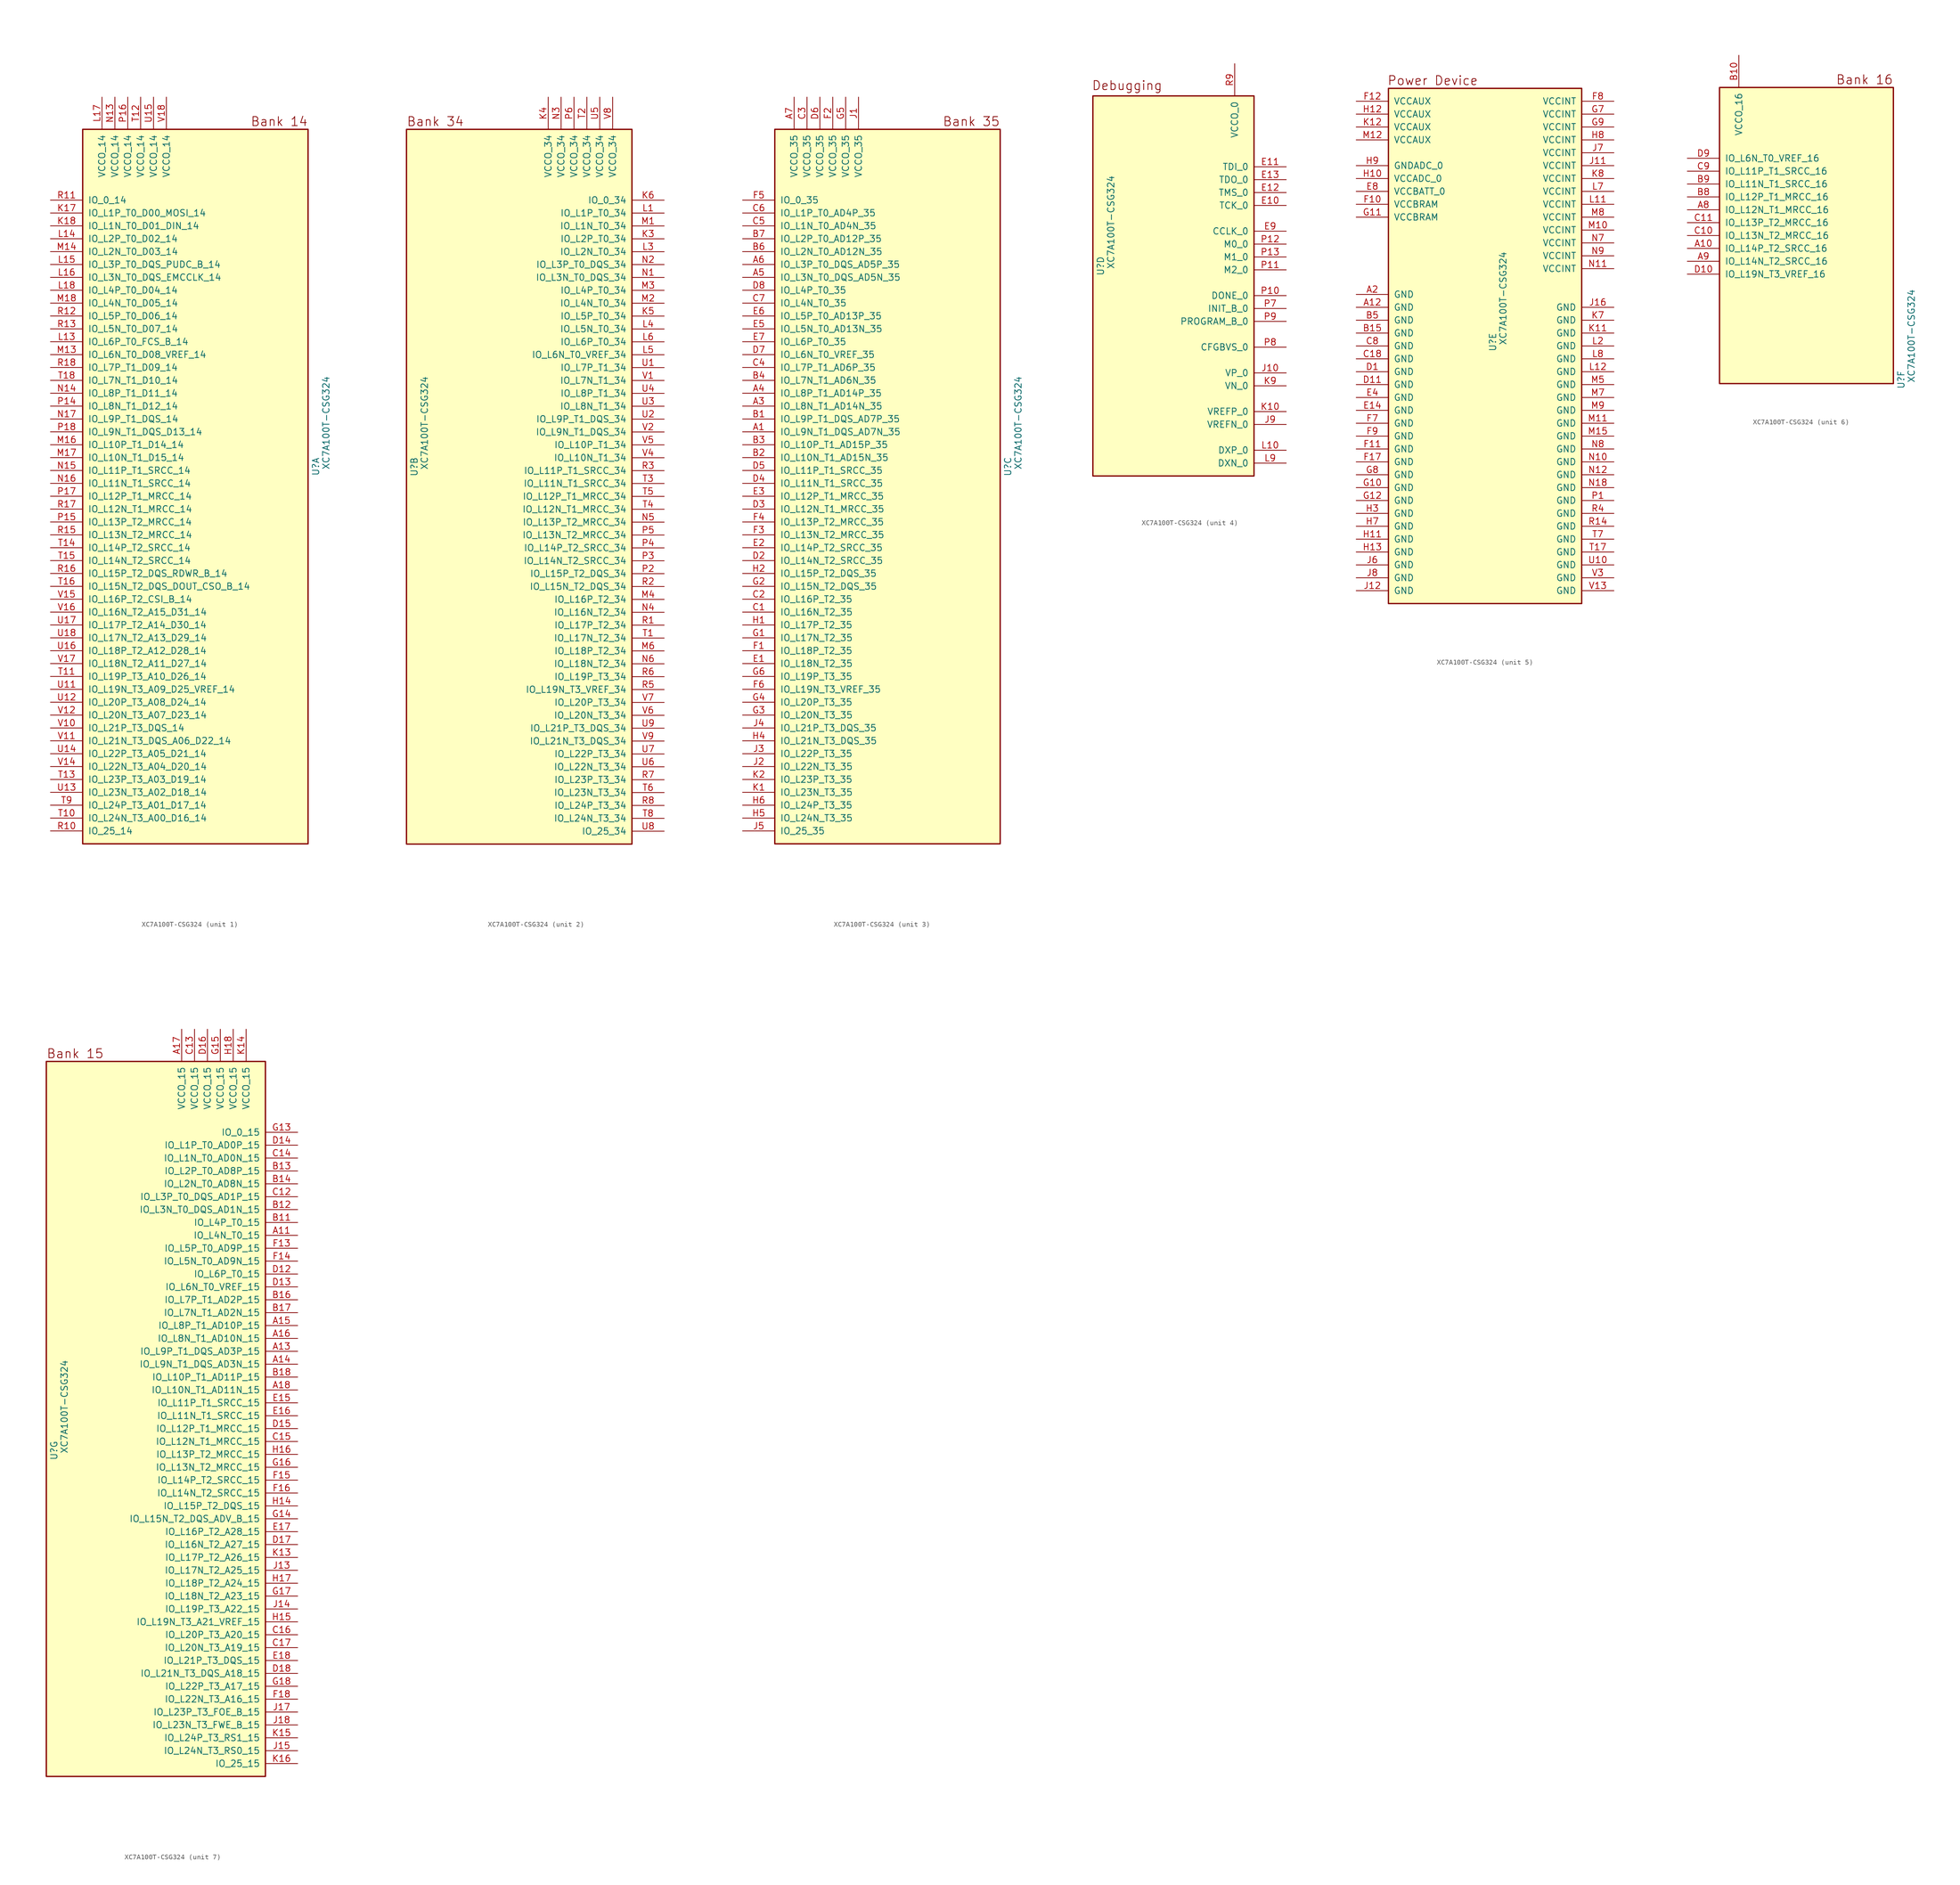
<source format=kicad_sym>
(kicad_symbol_lib
  (version 20231120)
  (generator "kicad_symbol_editor")
  (generator_version "8.0")
  (symbol "XC7A100T-CSG324"
    (pin_names
      (offset 1.016))
    (property "Reference" "U"
      (at 1.524 0.762 90)
      (effects (font (size 1.27 1.27))))
    (property "Value" "XC7A100T-CSG324"
      (at 3.556 9.398 90)
      (effects (font (size 1.27 1.27))))
    (symbol "XC7A100T-CSG324_1_1"
      (rectangle (start -44.45 67.31) (end 0 -73.66) (stroke (width 0.254) (type default)) (fill (type background)))
      (text "Bank 14" (at 0 67.818 0) (effects (font (size 1.778 1.778)) (justify right bottom)))
      (pin bidirectional line (at -50.8 50.8 0) (length 6.35) (name "IO_L1P_T0_D00_MOSI_14" (effects (font (size 1.27 1.27)))) (number "K17" (effects (font (size 1.27 1.27)))))
      (pin bidirectional line (at -50.8 48.26 0) (length 6.35) (name "IO_L1N_T0_D01_DIN_14" (effects (font (size 1.27 1.27)))) (number "K18" (effects (font (size 1.27 1.27)))))
      (pin bidirectional line (at -50.8 25.4 0) (length 6.35) (name "IO_L6P_T0_FCS_B_14" (effects (font (size 1.27 1.27)))) (number "L13" (effects (font (size 1.27 1.27)))))
      (pin bidirectional line (at -50.8 45.72 0) (length 6.35) (name "IO_L2P_T0_D02_14" (effects (font (size 1.27 1.27)))) (number "L14" (effects (font (size 1.27 1.27)))))
      (pin bidirectional line (at -50.8 40.64 0) (length 6.35) (name "IO_L3P_T0_DQS_PUDC_B_14" (effects (font (size 1.27 1.27)))) (number "L15" (effects (font (size 1.27 1.27)))))
      (pin bidirectional line (at -50.8 38.1 0) (length 6.35) (name "IO_L3N_T0_DQS_EMCCLK_14" (effects (font (size 1.27 1.27)))) (number "L16" (effects (font (size 1.27 1.27)))))
      (pin power_in line (at -40.64 73.66 270) (length 6.35) (name "VCCO_14" (effects (font (size 1.27 1.27)))) (number "L17" (effects (font (size 1.27 1.27)))))
      (pin bidirectional line (at -50.8 35.56 0) (length 6.35) (name "IO_L4P_T0_D04_14" (effects (font (size 1.27 1.27)))) (number "L18" (effects (font (size 1.27 1.27)))))
      (pin bidirectional line (at -50.8 22.86 0) (length 6.35) (name "IO_L6N_T0_D08_VREF_14" (effects (font (size 1.27 1.27)))) (number "M13" (effects (font (size 1.27 1.27)))))
      (pin bidirectional line (at -50.8 43.18 0) (length 6.35) (name "IO_L2N_T0_D03_14" (effects (font (size 1.27 1.27)))) (number "M14" (effects (font (size 1.27 1.27)))))
      (pin bidirectional line (at -50.8 5.08 0) (length 6.35) (name "IO_L10P_T1_D14_14" (effects (font (size 1.27 1.27)))) (number "M16" (effects (font (size 1.27 1.27)))))
      (pin bidirectional line (at -50.8 2.54 0) (length 6.35) (name "IO_L10N_T1_D15_14" (effects (font (size 1.27 1.27)))) (number "M17" (effects (font (size 1.27 1.27)))))
      (pin bidirectional line (at -50.8 33.02 0) (length 6.35) (name "IO_L4N_T0_D05_14" (effects (font (size 1.27 1.27)))) (number "M18" (effects (font (size 1.27 1.27)))))
      (pin power_in line (at -38.1 73.66 270) (length 6.35) (name "VCCO_14" (effects (font (size 1.27 1.27)))) (number "N13" (effects (font (size 1.27 1.27)))))
      (pin bidirectional line (at -50.8 15.24 0) (length 6.35) (name "IO_L8P_T1_D11_14" (effects (font (size 1.27 1.27)))) (number "N14" (effects (font (size 1.27 1.27)))))
      (pin bidirectional line (at -50.8 0 0) (length 6.35) (name "IO_L11P_T1_SRCC_14" (effects (font (size 1.27 1.27)))) (number "N15" (effects (font (size 1.27 1.27)))))
      (pin bidirectional line (at -50.8 -2.54 0) (length 6.35) (name "IO_L11N_T1_SRCC_14" (effects (font (size 1.27 1.27)))) (number "N16" (effects (font (size 1.27 1.27)))))
      (pin bidirectional line (at -50.8 10.16 0) (length 6.35) (name "IO_L9P_T1_DQS_14" (effects (font (size 1.27 1.27)))) (number "N17" (effects (font (size 1.27 1.27)))))
      (pin bidirectional line (at -50.8 12.7 0) (length 6.35) (name "IO_L8N_T1_D12_14" (effects (font (size 1.27 1.27)))) (number "P14" (effects (font (size 1.27 1.27)))))
      (pin bidirectional line (at -50.8 -10.16 0) (length 6.35) (name "IO_L13P_T2_MRCC_14" (effects (font (size 1.27 1.27)))) (number "P15" (effects (font (size 1.27 1.27)))))
      (pin power_in line (at -35.56 73.66 270) (length 6.35) (name "VCCO_14" (effects (font (size 1.27 1.27)))) (number "P16" (effects (font (size 1.27 1.27)))))
      (pin bidirectional line (at -50.8 -5.08 0) (length 6.35) (name "IO_L12P_T1_MRCC_14" (effects (font (size 1.27 1.27)))) (number "P17" (effects (font (size 1.27 1.27)))))
      (pin bidirectional line (at -50.8 7.62 0) (length 6.35) (name "IO_L9N_T1_DQS_D13_14" (effects (font (size 1.27 1.27)))) (number "P18" (effects (font (size 1.27 1.27)))))
      (pin bidirectional line (at -50.8 -71.12 0) (length 6.35) (name "IO_25_14" (effects (font (size 1.27 1.27)))) (number "R10" (effects (font (size 1.27 1.27)))))
      (pin bidirectional line (at -50.8 53.34 0) (length 6.35) (name "IO_0_14" (effects (font (size 1.27 1.27)))) (number "R11" (effects (font (size 1.27 1.27)))))
      (pin bidirectional line (at -50.8 30.48 0) (length 6.35) (name "IO_L5P_T0_D06_14" (effects (font (size 1.27 1.27)))) (number "R12" (effects (font (size 1.27 1.27)))))
      (pin bidirectional line (at -50.8 27.94 0) (length 6.35) (name "IO_L5N_T0_D07_14" (effects (font (size 1.27 1.27)))) (number "R13" (effects (font (size 1.27 1.27)))))
      (pin bidirectional line (at -50.8 -12.7 0) (length 6.35) (name "IO_L13N_T2_MRCC_14" (effects (font (size 1.27 1.27)))) (number "R15" (effects (font (size 1.27 1.27)))))
      (pin bidirectional line (at -50.8 -20.32 0) (length 6.35) (name "IO_L15P_T2_DQS_RDWR_B_14" (effects (font (size 1.27 1.27)))) (number "R16" (effects (font (size 1.27 1.27)))))
      (pin bidirectional line (at -50.8 -7.62 0) (length 6.35) (name "IO_L12N_T1_MRCC_14" (effects (font (size 1.27 1.27)))) (number "R17" (effects (font (size 1.27 1.27)))))
      (pin bidirectional line (at -50.8 20.32 0) (length 6.35) (name "IO_L7P_T1_D09_14" (effects (font (size 1.27 1.27)))) (number "R18" (effects (font (size 1.27 1.27)))))
      (pin bidirectional line (at -50.8 -68.58 0) (length 6.35) (name "IO_L24N_T3_A00_D16_14" (effects (font (size 1.27 1.27)))) (number "T10" (effects (font (size 1.27 1.27)))))
      (pin bidirectional line (at -50.8 -40.64 0) (length 6.35) (name "IO_L19P_T3_A10_D26_14" (effects (font (size 1.27 1.27)))) (number "T11" (effects (font (size 1.27 1.27)))))
      (pin power_in line (at -33.02 73.66 270) (length 6.35) (name "VCCO_14" (effects (font (size 1.27 1.27)))) (number "T12" (effects (font (size 1.27 1.27)))))
      (pin bidirectional line (at -50.8 -60.96 0) (length 6.35) (name "IO_L23P_T3_A03_D19_14" (effects (font (size 1.27 1.27)))) (number "T13" (effects (font (size 1.27 1.27)))))
      (pin bidirectional line (at -50.8 -15.24 0) (length 6.35) (name "IO_L14P_T2_SRCC_14" (effects (font (size 1.27 1.27)))) (number "T14" (effects (font (size 1.27 1.27)))))
      (pin bidirectional line (at -50.8 -17.78 0) (length 6.35) (name "IO_L14N_T2_SRCC_14" (effects (font (size 1.27 1.27)))) (number "T15" (effects (font (size 1.27 1.27)))))
      (pin bidirectional line (at -50.8 -22.86 0) (length 6.35) (name "IO_L15N_T2_DQS_DOUT_CSO_B_14" (effects (font (size 1.27 1.27)))) (number "T16" (effects (font (size 1.27 1.27)))))
      (pin bidirectional line (at -50.8 17.78 0) (length 6.35) (name "IO_L7N_T1_D10_14" (effects (font (size 1.27 1.27)))) (number "T18" (effects (font (size 1.27 1.27)))))
      (pin bidirectional line (at -50.8 -66.04 0) (length 6.35) (name "IO_L24P_T3_A01_D17_14" (effects (font (size 1.27 1.27)))) (number "T9" (effects (font (size 1.27 1.27)))))
      (pin bidirectional line (at -50.8 -43.18 0) (length 6.35) (name "IO_L19N_T3_A09_D25_VREF_14" (effects (font (size 1.27 1.27)))) (number "U11" (effects (font (size 1.27 1.27)))))
      (pin bidirectional line (at -50.8 -45.72 0) (length 6.35) (name "IO_L20P_T3_A08_D24_14" (effects (font (size 1.27 1.27)))) (number "U12" (effects (font (size 1.27 1.27)))))
      (pin bidirectional line (at -50.8 -63.5 0) (length 6.35) (name "IO_L23N_T3_A02_D18_14" (effects (font (size 1.27 1.27)))) (number "U13" (effects (font (size 1.27 1.27)))))
      (pin bidirectional line (at -50.8 -55.88 0) (length 6.35) (name "IO_L22P_T3_A05_D21_14" (effects (font (size 1.27 1.27)))) (number "U14" (effects (font (size 1.27 1.27)))))
      (pin power_in line (at -30.48 73.66 270) (length 6.35) (name "VCCO_14" (effects (font (size 1.27 1.27)))) (number "U15" (effects (font (size 1.27 1.27)))))
      (pin bidirectional line (at -50.8 -35.56 0) (length 6.35) (name "IO_L18P_T2_A12_D28_14" (effects (font (size 1.27 1.27)))) (number "U16" (effects (font (size 1.27 1.27)))))
      (pin bidirectional line (at -50.8 -30.48 0) (length 6.35) (name "IO_L17P_T2_A14_D30_14" (effects (font (size 1.27 1.27)))) (number "U17" (effects (font (size 1.27 1.27)))))
      (pin bidirectional line (at -50.8 -33.02 0) (length 6.35) (name "IO_L17N_T2_A13_D29_14" (effects (font (size 1.27 1.27)))) (number "U18" (effects (font (size 1.27 1.27)))))
      (pin bidirectional line (at -50.8 -50.8 0) (length 6.35) (name "IO_L21P_T3_DQS_14" (effects (font (size 1.27 1.27)))) (number "V10" (effects (font (size 1.27 1.27)))))
      (pin bidirectional line (at -50.8 -53.34 0) (length 6.35) (name "IO_L21N_T3_DQS_A06_D22_14" (effects (font (size 1.27 1.27)))) (number "V11" (effects (font (size 1.27 1.27)))))
      (pin bidirectional line (at -50.8 -48.26 0) (length 6.35) (name "IO_L20N_T3_A07_D23_14" (effects (font (size 1.27 1.27)))) (number "V12" (effects (font (size 1.27 1.27)))))
      (pin bidirectional line (at -50.8 -58.42 0) (length 6.35) (name "IO_L22N_T3_A04_D20_14" (effects (font (size 1.27 1.27)))) (number "V14" (effects (font (size 1.27 1.27)))))
      (pin bidirectional line (at -50.8 -25.4 0) (length 6.35) (name "IO_L16P_T2_CSI_B_14" (effects (font (size 1.27 1.27)))) (number "V15" (effects (font (size 1.27 1.27)))))
      (pin bidirectional line (at -50.8 -27.94 0) (length 6.35) (name "IO_L16N_T2_A15_D31_14" (effects (font (size 1.27 1.27)))) (number "V16" (effects (font (size 1.27 1.27)))))
      (pin bidirectional line (at -50.8 -38.1 0) (length 6.35) (name "IO_L18N_T2_A11_D27_14" (effects (font (size 1.27 1.27)))) (number "V17" (effects (font (size 1.27 1.27)))))
      (pin power_in line (at -27.94 73.66 270) (length 6.35) (name "VCCO_14" (effects (font (size 1.27 1.27)))) (number "V18" (effects (font (size 1.27 1.27))))))
    (symbol "XC7A100T-CSG324_2_1"
      (rectangle (start 0 67.31) (end 44.45 -73.66) (stroke (width 0.254) (type default)) (fill (type background)))
      (text "Bank 34" (at 0 67.818 0) (effects (font (size 1.778 1.778)) (justify left bottom)))
      (pin bidirectional line (at 50.8 45.72 180) (length 6.35) (name "IO_L2P_T0_34" (effects (font (size 1.27 1.27)))) (number "K3" (effects (font (size 1.27 1.27)))))
      (pin power_in line (at 27.94 73.66 270) (length 6.35) (name "VCCO_34" (effects (font (size 1.27 1.27)))) (number "K4" (effects (font (size 1.27 1.27)))))
      (pin bidirectional line (at 50.8 30.48 180) (length 6.35) (name "IO_L5P_T0_34" (effects (font (size 1.27 1.27)))) (number "K5" (effects (font (size 1.27 1.27)))))
      (pin bidirectional line (at 50.8 53.34 180) (length 6.35) (name "IO_0_34" (effects (font (size 1.27 1.27)))) (number "K6" (effects (font (size 1.27 1.27)))))
      (pin bidirectional line (at 50.8 50.8 180) (length 6.35) (name "IO_L1P_T0_34" (effects (font (size 1.27 1.27)))) (number "L1" (effects (font (size 1.27 1.27)))))
      (pin bidirectional line (at 50.8 43.18 180) (length 6.35) (name "IO_L2N_T0_34" (effects (font (size 1.27 1.27)))) (number "L3" (effects (font (size 1.27 1.27)))))
      (pin bidirectional line (at 50.8 27.94 180) (length 6.35) (name "IO_L5N_T0_34" (effects (font (size 1.27 1.27)))) (number "L4" (effects (font (size 1.27 1.27)))))
      (pin bidirectional line (at 50.8 22.86 180) (length 6.35) (name "IO_L6N_T0_VREF_34" (effects (font (size 1.27 1.27)))) (number "L5" (effects (font (size 1.27 1.27)))))
      (pin bidirectional line (at 50.8 25.4 180) (length 6.35) (name "IO_L6P_T0_34" (effects (font (size 1.27 1.27)))) (number "L6" (effects (font (size 1.27 1.27)))))
      (pin bidirectional line (at 50.8 48.26 180) (length 6.35) (name "IO_L1N_T0_34" (effects (font (size 1.27 1.27)))) (number "M1" (effects (font (size 1.27 1.27)))))
      (pin bidirectional line (at 50.8 33.02 180) (length 6.35) (name "IO_L4N_T0_34" (effects (font (size 1.27 1.27)))) (number "M2" (effects (font (size 1.27 1.27)))))
      (pin bidirectional line (at 50.8 35.56 180) (length 6.35) (name "IO_L4P_T0_34" (effects (font (size 1.27 1.27)))) (number "M3" (effects (font (size 1.27 1.27)))))
      (pin bidirectional line (at 50.8 -25.4 180) (length 6.35) (name "IO_L16P_T2_34" (effects (font (size 1.27 1.27)))) (number "M4" (effects (font (size 1.27 1.27)))))
      (pin bidirectional line (at 50.8 -35.56 180) (length 6.35) (name "IO_L18P_T2_34" (effects (font (size 1.27 1.27)))) (number "M6" (effects (font (size 1.27 1.27)))))
      (pin bidirectional line (at 50.8 38.1 180) (length 6.35) (name "IO_L3N_T0_DQS_34" (effects (font (size 1.27 1.27)))) (number "N1" (effects (font (size 1.27 1.27)))))
      (pin bidirectional line (at 50.8 40.64 180) (length 6.35) (name "IO_L3P_T0_DQS_34" (effects (font (size 1.27 1.27)))) (number "N2" (effects (font (size 1.27 1.27)))))
      (pin power_in line (at 30.48 73.66 270) (length 6.35) (name "VCCO_34" (effects (font (size 1.27 1.27)))) (number "N3" (effects (font (size 1.27 1.27)))))
      (pin bidirectional line (at 50.8 -27.94 180) (length 6.35) (name "IO_L16N_T2_34" (effects (font (size 1.27 1.27)))) (number "N4" (effects (font (size 1.27 1.27)))))
      (pin bidirectional line (at 50.8 -10.16 180) (length 6.35) (name "IO_L13P_T2_MRCC_34" (effects (font (size 1.27 1.27)))) (number "N5" (effects (font (size 1.27 1.27)))))
      (pin bidirectional line (at 50.8 -38.1 180) (length 6.35) (name "IO_L18N_T2_34" (effects (font (size 1.27 1.27)))) (number "N6" (effects (font (size 1.27 1.27)))))
      (pin bidirectional line (at 50.8 -20.32 180) (length 6.35) (name "IO_L15P_T2_DQS_34" (effects (font (size 1.27 1.27)))) (number "P2" (effects (font (size 1.27 1.27)))))
      (pin bidirectional line (at 50.8 -17.78 180) (length 6.35) (name "IO_L14N_T2_SRCC_34" (effects (font (size 1.27 1.27)))) (number "P3" (effects (font (size 1.27 1.27)))))
      (pin bidirectional line (at 50.8 -15.24 180) (length 6.35) (name "IO_L14P_T2_SRCC_34" (effects (font (size 1.27 1.27)))) (number "P4" (effects (font (size 1.27 1.27)))))
      (pin bidirectional line (at 50.8 -12.7 180) (length 6.35) (name "IO_L13N_T2_MRCC_34" (effects (font (size 1.27 1.27)))) (number "P5" (effects (font (size 1.27 1.27)))))
      (pin power_in line (at 33.02 73.66 270) (length 6.35) (name "VCCO_34" (effects (font (size 1.27 1.27)))) (number "P6" (effects (font (size 1.27 1.27)))))
      (pin bidirectional line (at 50.8 -30.48 180) (length 6.35) (name "IO_L17P_T2_34" (effects (font (size 1.27 1.27)))) (number "R1" (effects (font (size 1.27 1.27)))))
      (pin bidirectional line (at 50.8 -22.86 180) (length 6.35) (name "IO_L15N_T2_DQS_34" (effects (font (size 1.27 1.27)))) (number "R2" (effects (font (size 1.27 1.27)))))
      (pin bidirectional line (at 50.8 0 180) (length 6.35) (name "IO_L11P_T1_SRCC_34" (effects (font (size 1.27 1.27)))) (number "R3" (effects (font (size 1.27 1.27)))))
      (pin bidirectional line (at 50.8 -43.18 180) (length 6.35) (name "IO_L19N_T3_VREF_34" (effects (font (size 1.27 1.27)))) (number "R5" (effects (font (size 1.27 1.27)))))
      (pin bidirectional line (at 50.8 -40.64 180) (length 6.35) (name "IO_L19P_T3_34" (effects (font (size 1.27 1.27)))) (number "R6" (effects (font (size 1.27 1.27)))))
      (pin bidirectional line (at 50.8 -60.96 180) (length 6.35) (name "IO_L23P_T3_34" (effects (font (size 1.27 1.27)))) (number "R7" (effects (font (size 1.27 1.27)))))
      (pin bidirectional line (at 50.8 -66.04 180) (length 6.35) (name "IO_L24P_T3_34" (effects (font (size 1.27 1.27)))) (number "R8" (effects (font (size 1.27 1.27)))))
      (pin bidirectional line (at 50.8 -33.02 180) (length 6.35) (name "IO_L17N_T2_34" (effects (font (size 1.27 1.27)))) (number "T1" (effects (font (size 1.27 1.27)))))
      (pin power_in line (at 35.56 73.66 270) (length 6.35) (name "VCCO_34" (effects (font (size 1.27 1.27)))) (number "T2" (effects (font (size 1.27 1.27)))))
      (pin bidirectional line (at 50.8 -2.54 180) (length 6.35) (name "IO_L11N_T1_SRCC_34" (effects (font (size 1.27 1.27)))) (number "T3" (effects (font (size 1.27 1.27)))))
      (pin bidirectional line (at 50.8 -7.62 180) (length 6.35) (name "IO_L12N_T1_MRCC_34" (effects (font (size 1.27 1.27)))) (number "T4" (effects (font (size 1.27 1.27)))))
      (pin bidirectional line (at 50.8 -5.08 180) (length 6.35) (name "IO_L12P_T1_MRCC_34" (effects (font (size 1.27 1.27)))) (number "T5" (effects (font (size 1.27 1.27)))))
      (pin bidirectional line (at 50.8 -63.5 180) (length 6.35) (name "IO_L23N_T3_34" (effects (font (size 1.27 1.27)))) (number "T6" (effects (font (size 1.27 1.27)))))
      (pin bidirectional line (at 50.8 -68.58 180) (length 6.35) (name "IO_L24N_T3_34" (effects (font (size 1.27 1.27)))) (number "T8" (effects (font (size 1.27 1.27)))))
      (pin bidirectional line (at 50.8 20.32 180) (length 6.35) (name "IO_L7P_T1_34" (effects (font (size 1.27 1.27)))) (number "U1" (effects (font (size 1.27 1.27)))))
      (pin bidirectional line (at 50.8 10.16 180) (length 6.35) (name "IO_L9P_T1_DQS_34" (effects (font (size 1.27 1.27)))) (number "U2" (effects (font (size 1.27 1.27)))))
      (pin bidirectional line (at 50.8 12.7 180) (length 6.35) (name "IO_L8N_T1_34" (effects (font (size 1.27 1.27)))) (number "U3" (effects (font (size 1.27 1.27)))))
      (pin bidirectional line (at 50.8 15.24 180) (length 6.35) (name "IO_L8P_T1_34" (effects (font (size 1.27 1.27)))) (number "U4" (effects (font (size 1.27 1.27)))))
      (pin power_in line (at 38.1 73.66 270) (length 6.35) (name "VCCO_34" (effects (font (size 1.27 1.27)))) (number "U5" (effects (font (size 1.27 1.27)))))
      (pin bidirectional line (at 50.8 -58.42 180) (length 6.35) (name "IO_L22N_T3_34" (effects (font (size 1.27 1.27)))) (number "U6" (effects (font (size 1.27 1.27)))))
      (pin bidirectional line (at 50.8 -55.88 180) (length 6.35) (name "IO_L22P_T3_34" (effects (font (size 1.27 1.27)))) (number "U7" (effects (font (size 1.27 1.27)))))
      (pin bidirectional line (at 50.8 -71.12 180) (length 6.35) (name "IO_25_34" (effects (font (size 1.27 1.27)))) (number "U8" (effects (font (size 1.27 1.27)))))
      (pin bidirectional line (at 50.8 -50.8 180) (length 6.35) (name "IO_L21P_T3_DQS_34" (effects (font (size 1.27 1.27)))) (number "U9" (effects (font (size 1.27 1.27)))))
      (pin bidirectional line (at 50.8 17.78 180) (length 6.35) (name "IO_L7N_T1_34" (effects (font (size 1.27 1.27)))) (number "V1" (effects (font (size 1.27 1.27)))))
      (pin bidirectional line (at 50.8 7.62 180) (length 6.35) (name "IO_L9N_T1_DQS_34" (effects (font (size 1.27 1.27)))) (number "V2" (effects (font (size 1.27 1.27)))))
      (pin bidirectional line (at 50.8 2.54 180) (length 6.35) (name "IO_L10N_T1_34" (effects (font (size 1.27 1.27)))) (number "V4" (effects (font (size 1.27 1.27)))))
      (pin bidirectional line (at 50.8 5.08 180) (length 6.35) (name "IO_L10P_T1_34" (effects (font (size 1.27 1.27)))) (number "V5" (effects (font (size 1.27 1.27)))))
      (pin bidirectional line (at 50.8 -48.26 180) (length 6.35) (name "IO_L20N_T3_34" (effects (font (size 1.27 1.27)))) (number "V6" (effects (font (size 1.27 1.27)))))
      (pin bidirectional line (at 50.8 -45.72 180) (length 6.35) (name "IO_L20P_T3_34" (effects (font (size 1.27 1.27)))) (number "V7" (effects (font (size 1.27 1.27)))))
      (pin power_in line (at 40.64 73.66 270) (length 6.35) (name "VCCO_34" (effects (font (size 1.27 1.27)))) (number "V8" (effects (font (size 1.27 1.27)))))
      (pin bidirectional line (at 50.8 -53.34 180) (length 6.35) (name "IO_L21N_T3_DQS_34" (effects (font (size 1.27 1.27)))) (number "V9" (effects (font (size 1.27 1.27))))))
    (symbol "XC7A100T-CSG324_3_1"
      (rectangle (start -44.45 67.31) (end 0 -73.66) (stroke (width 0.254) (type default)) (fill (type background)))
      (text "Bank 35" (at 0 67.818 0) (effects (font (size 1.778 1.778)) (justify right bottom)))
      (pin bidirectional line (at -50.8 7.62 0) (length 6.35) (name "IO_L9N_T1_DQS_AD7N_35" (effects (font (size 1.27 1.27)))) (number "A1" (effects (font (size 1.27 1.27)))))
      (pin bidirectional line (at -50.8 12.7 0) (length 6.35) (name "IO_L8N_T1_AD14N_35" (effects (font (size 1.27 1.27)))) (number "A3" (effects (font (size 1.27 1.27)))))
      (pin bidirectional line (at -50.8 15.24 0) (length 6.35) (name "IO_L8P_T1_AD14P_35" (effects (font (size 1.27 1.27)))) (number "A4" (effects (font (size 1.27 1.27)))))
      (pin bidirectional line (at -50.8 38.1 0) (length 6.35) (name "IO_L3N_T0_DQS_AD5N_35" (effects (font (size 1.27 1.27)))) (number "A5" (effects (font (size 1.27 1.27)))))
      (pin bidirectional line (at -50.8 40.64 0) (length 6.35) (name "IO_L3P_T0_DQS_AD5P_35" (effects (font (size 1.27 1.27)))) (number "A6" (effects (font (size 1.27 1.27)))))
      (pin power_in line (at -40.64 73.66 270) (length 6.35) (name "VCCO_35" (effects (font (size 1.27 1.27)))) (number "A7" (effects (font (size 1.27 1.27)))))
      (pin bidirectional line (at -50.8 10.16 0) (length 6.35) (name "IO_L9P_T1_DQS_AD7P_35" (effects (font (size 1.27 1.27)))) (number "B1" (effects (font (size 1.27 1.27)))))
      (pin bidirectional line (at -50.8 2.54 0) (length 6.35) (name "IO_L10N_T1_AD15N_35" (effects (font (size 1.27 1.27)))) (number "B2" (effects (font (size 1.27 1.27)))))
      (pin bidirectional line (at -50.8 5.08 0) (length 6.35) (name "IO_L10P_T1_AD15P_35" (effects (font (size 1.27 1.27)))) (number "B3" (effects (font (size 1.27 1.27)))))
      (pin bidirectional line (at -50.8 17.78 0) (length 6.35) (name "IO_L7N_T1_AD6N_35" (effects (font (size 1.27 1.27)))) (number "B4" (effects (font (size 1.27 1.27)))))
      (pin bidirectional line (at -50.8 43.18 0) (length 6.35) (name "IO_L2N_T0_AD12N_35" (effects (font (size 1.27 1.27)))) (number "B6" (effects (font (size 1.27 1.27)))))
      (pin bidirectional line (at -50.8 45.72 0) (length 6.35) (name "IO_L2P_T0_AD12P_35" (effects (font (size 1.27 1.27)))) (number "B7" (effects (font (size 1.27 1.27)))))
      (pin bidirectional line (at -50.8 -27.94 0) (length 6.35) (name "IO_L16N_T2_35" (effects (font (size 1.27 1.27)))) (number "C1" (effects (font (size 1.27 1.27)))))
      (pin bidirectional line (at -50.8 -25.4 0) (length 6.35) (name "IO_L16P_T2_35" (effects (font (size 1.27 1.27)))) (number "C2" (effects (font (size 1.27 1.27)))))
      (pin power_in line (at -38.1 73.66 270) (length 6.35) (name "VCCO_35" (effects (font (size 1.27 1.27)))) (number "C3" (effects (font (size 1.27 1.27)))))
      (pin bidirectional line (at -50.8 20.32 0) (length 6.35) (name "IO_L7P_T1_AD6P_35" (effects (font (size 1.27 1.27)))) (number "C4" (effects (font (size 1.27 1.27)))))
      (pin bidirectional line (at -50.8 48.26 0) (length 6.35) (name "IO_L1N_T0_AD4N_35" (effects (font (size 1.27 1.27)))) (number "C5" (effects (font (size 1.27 1.27)))))
      (pin bidirectional line (at -50.8 50.8 0) (length 6.35) (name "IO_L1P_T0_AD4P_35" (effects (font (size 1.27 1.27)))) (number "C6" (effects (font (size 1.27 1.27)))))
      (pin bidirectional line (at -50.8 33.02 0) (length 6.35) (name "IO_L4N_T0_35" (effects (font (size 1.27 1.27)))) (number "C7" (effects (font (size 1.27 1.27)))))
      (pin bidirectional line (at -50.8 -17.78 0) (length 6.35) (name "IO_L14N_T2_SRCC_35" (effects (font (size 1.27 1.27)))) (number "D2" (effects (font (size 1.27 1.27)))))
      (pin bidirectional line (at -50.8 -7.62 0) (length 6.35) (name "IO_L12N_T1_MRCC_35" (effects (font (size 1.27 1.27)))) (number "D3" (effects (font (size 1.27 1.27)))))
      (pin bidirectional line (at -50.8 -2.54 0) (length 6.35) (name "IO_L11N_T1_SRCC_35" (effects (font (size 1.27 1.27)))) (number "D4" (effects (font (size 1.27 1.27)))))
      (pin bidirectional line (at -50.8 0 0) (length 6.35) (name "IO_L11P_T1_SRCC_35" (effects (font (size 1.27 1.27)))) (number "D5" (effects (font (size 1.27 1.27)))))
      (pin power_in line (at -35.56 73.66 270) (length 6.35) (name "VCCO_35" (effects (font (size 1.27 1.27)))) (number "D6" (effects (font (size 1.27 1.27)))))
      (pin bidirectional line (at -50.8 22.86 0) (length 6.35) (name "IO_L6N_T0_VREF_35" (effects (font (size 1.27 1.27)))) (number "D7" (effects (font (size 1.27 1.27)))))
      (pin bidirectional line (at -50.8 35.56 0) (length 6.35) (name "IO_L4P_T0_35" (effects (font (size 1.27 1.27)))) (number "D8" (effects (font (size 1.27 1.27)))))
      (pin bidirectional line (at -50.8 -38.1 0) (length 6.35) (name "IO_L18N_T2_35" (effects (font (size 1.27 1.27)))) (number "E1" (effects (font (size 1.27 1.27)))))
      (pin bidirectional line (at -50.8 -15.24 0) (length 6.35) (name "IO_L14P_T2_SRCC_35" (effects (font (size 1.27 1.27)))) (number "E2" (effects (font (size 1.27 1.27)))))
      (pin bidirectional line (at -50.8 -5.08 0) (length 6.35) (name "IO_L12P_T1_MRCC_35" (effects (font (size 1.27 1.27)))) (number "E3" (effects (font (size 1.27 1.27)))))
      (pin bidirectional line (at -50.8 27.94 0) (length 6.35) (name "IO_L5N_T0_AD13N_35" (effects (font (size 1.27 1.27)))) (number "E5" (effects (font (size 1.27 1.27)))))
      (pin bidirectional line (at -50.8 30.48 0) (length 6.35) (name "IO_L5P_T0_AD13P_35" (effects (font (size 1.27 1.27)))) (number "E6" (effects (font (size 1.27 1.27)))))
      (pin bidirectional line (at -50.8 25.4 0) (length 6.35) (name "IO_L6P_T0_35" (effects (font (size 1.27 1.27)))) (number "E7" (effects (font (size 1.27 1.27)))))
      (pin bidirectional line (at -50.8 -35.56 0) (length 6.35) (name "IO_L18P_T2_35" (effects (font (size 1.27 1.27)))) (number "F1" (effects (font (size 1.27 1.27)))))
      (pin power_in line (at -33.02 73.66 270) (length 6.35) (name "VCCO_35" (effects (font (size 1.27 1.27)))) (number "F2" (effects (font (size 1.27 1.27)))))
      (pin bidirectional line (at -50.8 -12.7 0) (length 6.35) (name "IO_L13N_T2_MRCC_35" (effects (font (size 1.27 1.27)))) (number "F3" (effects (font (size 1.27 1.27)))))
      (pin bidirectional line (at -50.8 -10.16 0) (length 6.35) (name "IO_L13P_T2_MRCC_35" (effects (font (size 1.27 1.27)))) (number "F4" (effects (font (size 1.27 1.27)))))
      (pin bidirectional line (at -50.8 53.34 0) (length 6.35) (name "IO_0_35" (effects (font (size 1.27 1.27)))) (number "F5" (effects (font (size 1.27 1.27)))))
      (pin bidirectional line (at -50.8 -43.18 0) (length 6.35) (name "IO_L19N_T3_VREF_35" (effects (font (size 1.27 1.27)))) (number "F6" (effects (font (size 1.27 1.27)))))
      (pin bidirectional line (at -50.8 -33.02 0) (length 6.35) (name "IO_L17N_T2_35" (effects (font (size 1.27 1.27)))) (number "G1" (effects (font (size 1.27 1.27)))))
      (pin bidirectional line (at -50.8 -22.86 0) (length 6.35) (name "IO_L15N_T2_DQS_35" (effects (font (size 1.27 1.27)))) (number "G2" (effects (font (size 1.27 1.27)))))
      (pin bidirectional line (at -50.8 -48.26 0) (length 6.35) (name "IO_L20N_T3_35" (effects (font (size 1.27 1.27)))) (number "G3" (effects (font (size 1.27 1.27)))))
      (pin bidirectional line (at -50.8 -45.72 0) (length 6.35) (name "IO_L20P_T3_35" (effects (font (size 1.27 1.27)))) (number "G4" (effects (font (size 1.27 1.27)))))
      (pin power_in line (at -30.48 73.66 270) (length 6.35) (name "VCCO_35" (effects (font (size 1.27 1.27)))) (number "G5" (effects (font (size 1.27 1.27)))))
      (pin bidirectional line (at -50.8 -40.64 0) (length 6.35) (name "IO_L19P_T3_35" (effects (font (size 1.27 1.27)))) (number "G6" (effects (font (size 1.27 1.27)))))
      (pin bidirectional line (at -50.8 -30.48 0) (length 6.35) (name "IO_L17P_T2_35" (effects (font (size 1.27 1.27)))) (number "H1" (effects (font (size 1.27 1.27)))))
      (pin bidirectional line (at -50.8 -20.32 0) (length 6.35) (name "IO_L15P_T2_DQS_35" (effects (font (size 1.27 1.27)))) (number "H2" (effects (font (size 1.27 1.27)))))
      (pin bidirectional line (at -50.8 -53.34 0) (length 6.35) (name "IO_L21N_T3_DQS_35" (effects (font (size 1.27 1.27)))) (number "H4" (effects (font (size 1.27 1.27)))))
      (pin bidirectional line (at -50.8 -68.58 0) (length 6.35) (name "IO_L24N_T3_35" (effects (font (size 1.27 1.27)))) (number "H5" (effects (font (size 1.27 1.27)))))
      (pin bidirectional line (at -50.8 -66.04 0) (length 6.35) (name "IO_L24P_T3_35" (effects (font (size 1.27 1.27)))) (number "H6" (effects (font (size 1.27 1.27)))))
      (pin power_in line (at -27.94 73.66 270) (length 6.35) (name "VCCO_35" (effects (font (size 1.27 1.27)))) (number "J1" (effects (font (size 1.27 1.27)))))
      (pin bidirectional line (at -50.8 -58.42 0) (length 6.35) (name "IO_L22N_T3_35" (effects (font (size 1.27 1.27)))) (number "J2" (effects (font (size 1.27 1.27)))))
      (pin bidirectional line (at -50.8 -55.88 0) (length 6.35) (name "IO_L22P_T3_35" (effects (font (size 1.27 1.27)))) (number "J3" (effects (font (size 1.27 1.27)))))
      (pin bidirectional line (at -50.8 -50.8 0) (length 6.35) (name "IO_L21P_T3_DQS_35" (effects (font (size 1.27 1.27)))) (number "J4" (effects (font (size 1.27 1.27)))))
      (pin bidirectional line (at -50.8 -71.12 0) (length 6.35) (name "IO_25_35" (effects (font (size 1.27 1.27)))) (number "J5" (effects (font (size 1.27 1.27)))))
      (pin bidirectional line (at -50.8 -63.5 0) (length 6.35) (name "IO_L23N_T3_35" (effects (font (size 1.27 1.27)))) (number "K1" (effects (font (size 1.27 1.27)))))
      (pin bidirectional line (at -50.8 -60.96 0) (length 6.35) (name "IO_L23P_T3_35" (effects (font (size 1.27 1.27)))) (number "K2" (effects (font (size 1.27 1.27))))))
    (symbol "XC7A100T-CSG324_4_1"
      (rectangle (start 0 34.29) (end 31.75 -40.64) (stroke (width 0.254) (type default)) (fill (type background)))
      (text "Debugging\n" (at -0.254 35.306 0) (effects (font (size 1.778 1.778)) (justify left bottom)))
      (pin bidirectional line (at 38.1 12.7 180) (length 6.35) (name "TCK_0" (effects (font (size 1.27 1.27)))) (number "E10" (effects (font (size 1.27 1.27)))))
      (pin bidirectional line (at 38.1 20.32 180) (length 6.35) (name "TDI_0" (effects (font (size 1.27 1.27)))) (number "E11" (effects (font (size 1.27 1.27)))))
      (pin bidirectional line (at 38.1 15.24 180) (length 6.35) (name "TMS_0" (effects (font (size 1.27 1.27)))) (number "E12" (effects (font (size 1.27 1.27)))))
      (pin bidirectional line (at 38.1 17.78 180) (length 6.35) (name "TDO_0" (effects (font (size 1.27 1.27)))) (number "E13" (effects (font (size 1.27 1.27)))))
      (pin bidirectional line (at 38.1 7.62 180) (length 6.35) (name "CCLK_0" (effects (font (size 1.27 1.27)))) (number "E9" (effects (font (size 1.27 1.27)))))
      (pin bidirectional line (at 38.1 -20.32 180) (length 6.35) (name "VP_0" (effects (font (size 1.27 1.27)))) (number "J10" (effects (font (size 1.27 1.27)))))
      (pin bidirectional line (at 38.1 -30.48 180) (length 6.35) (name "VREFN_0" (effects (font (size 1.27 1.27)))) (number "J9" (effects (font (size 1.27 1.27)))))
      (pin bidirectional line (at 38.1 -27.94 180) (length 6.35) (name "VREFP_0" (effects (font (size 1.27 1.27)))) (number "K10" (effects (font (size 1.27 1.27)))))
      (pin bidirectional line (at 38.1 -22.86 180) (length 6.35) (name "VN_0" (effects (font (size 1.27 1.27)))) (number "K9" (effects (font (size 1.27 1.27)))))
      (pin bidirectional line (at 38.1 -35.56 180) (length 6.35) (name "DXP_0" (effects (font (size 1.27 1.27)))) (number "L10" (effects (font (size 1.27 1.27)))))
      (pin bidirectional line (at 38.1 -38.1 180) (length 6.35) (name "DXN_0" (effects (font (size 1.27 1.27)))) (number "L9" (effects (font (size 1.27 1.27)))))
      (pin bidirectional line (at 38.1 -5.08 180) (length 6.35) (name "DONE_0" (effects (font (size 1.27 1.27)))) (number "P10" (effects (font (size 1.27 1.27)))))
      (pin bidirectional line (at 38.1 0 180) (length 6.35) (name "M2_0" (effects (font (size 1.27 1.27)))) (number "P11" (effects (font (size 1.27 1.27)))))
      (pin bidirectional line (at 38.1 5.08 180) (length 6.35) (name "M0_0" (effects (font (size 1.27 1.27)))) (number "P12" (effects (font (size 1.27 1.27)))))
      (pin bidirectional line (at 38.1 2.54 180) (length 6.35) (name "M1_0" (effects (font (size 1.27 1.27)))) (number "P13" (effects (font (size 1.27 1.27)))))
      (pin bidirectional line (at 38.1 -7.62 180) (length 6.35) (name "INIT_B_0" (effects (font (size 1.27 1.27)))) (number "P7" (effects (font (size 1.27 1.27)))))
      (pin bidirectional line (at 38.1 -15.24 180) (length 6.35) (name "CFGBVS_0" (effects (font (size 1.27 1.27)))) (number "P8" (effects (font (size 1.27 1.27)))))
      (pin bidirectional line (at 38.1 -10.16 180) (length 6.35) (name "PROGRAM_B_0" (effects (font (size 1.27 1.27)))) (number "P9" (effects (font (size 1.27 1.27)))))
      (pin power_in line (at 27.94 40.64 270) (length 6.35) (name "VCCO_0" (effects (font (size 1.27 1.27)))) (number "R9" (effects (font (size 1.27 1.27))))))
    (symbol "XC7A100T-CSG324_5_1"
      (rectangle (start -19.05 50.8) (end 19.05 -50.8) (stroke (width 0.254) (type default)) (fill (type background)))
      (text "Power Device" (at -19.304 51.308 0) (effects (font (size 1.778 1.778)) (justify left bottom)))
      (pin power_in line (at -25.4 7.62 0) (length 6.35) (name "GND" (effects (font (size 1.27 1.27)))) (number "A12" (effects (font (size 1.27 1.27)))))
      (pin power_in line (at -25.4 10.16 0) (length 6.35) (name "GND" (effects (font (size 1.27 1.27)))) (number "A2" (effects (font (size 1.27 1.27)))))
      (pin power_in line (at -25.4 2.54 0) (length 6.35) (name "GND" (effects (font (size 1.27 1.27)))) (number "B15" (effects (font (size 1.27 1.27)))))
      (pin power_in line (at -25.4 5.08 0) (length 6.35) (name "GND" (effects (font (size 1.27 1.27)))) (number "B5" (effects (font (size 1.27 1.27)))))
      (pin power_in line (at -25.4 -2.54 0) (length 6.35) (name "GND" (effects (font (size 1.27 1.27)))) (number "C18" (effects (font (size 1.27 1.27)))))
      (pin power_in line (at -25.4 0 0) (length 6.35) (name "GND" (effects (font (size 1.27 1.27)))) (number "C8" (effects (font (size 1.27 1.27)))))
      (pin power_in line (at -25.4 -5.08 0) (length 6.35) (name "GND" (effects (font (size 1.27 1.27)))) (number "D1" (effects (font (size 1.27 1.27)))))
      (pin power_in line (at -25.4 -7.62 0) (length 6.35) (name "GND" (effects (font (size 1.27 1.27)))) (number "D11" (effects (font (size 1.27 1.27)))))
      (pin power_in line (at -25.4 -12.7 0) (length 6.35) (name "GND" (effects (font (size 1.27 1.27)))) (number "E14" (effects (font (size 1.27 1.27)))))
      (pin power_in line (at -25.4 -10.16 0) (length 6.35) (name "GND" (effects (font (size 1.27 1.27)))) (number "E4" (effects (font (size 1.27 1.27)))))
      (pin power_in line (at -25.4 30.48 0) (length 6.35) (name "VCCBATT_0" (effects (font (size 1.27 1.27)))) (number "E8" (effects (font (size 1.27 1.27)))))
      (pin power_in line (at -25.4 27.94 0) (length 6.35) (name "VCCBRAM" (effects (font (size 1.27 1.27)))) (number "F10" (effects (font (size 1.27 1.27)))))
      (pin power_in line (at -25.4 -20.32 0) (length 6.35) (name "GND" (effects (font (size 1.27 1.27)))) (number "F11" (effects (font (size 1.27 1.27)))))
      (pin power_in line (at -25.4 48.26 0) (length 6.35) (name "VCCAUX" (effects (font (size 1.27 1.27)))) (number "F12" (effects (font (size 1.27 1.27)))))
      (pin power_in line (at -25.4 -22.86 0) (length 6.35) (name "GND" (effects (font (size 1.27 1.27)))) (number "F17" (effects (font (size 1.27 1.27)))))
      (pin power_in line (at -25.4 -15.24 0) (length 6.35) (name "GND" (effects (font (size 1.27 1.27)))) (number "F7" (effects (font (size 1.27 1.27)))))
      (pin power_in line (at 25.4 48.26 180) (length 6.35) (name "VCCINT" (effects (font (size 1.27 1.27)))) (number "F8" (effects (font (size 1.27 1.27)))))
      (pin power_in line (at -25.4 -17.78 0) (length 6.35) (name "GND" (effects (font (size 1.27 1.27)))) (number "F9" (effects (font (size 1.27 1.27)))))
      (pin power_in line (at -25.4 -27.94 0) (length 6.35) (name "GND" (effects (font (size 1.27 1.27)))) (number "G10" (effects (font (size 1.27 1.27)))))
      (pin power_in line (at -25.4 25.4 0) (length 6.35) (name "VCCBRAM" (effects (font (size 1.27 1.27)))) (number "G11" (effects (font (size 1.27 1.27)))))
      (pin power_in line (at -25.4 -30.48 0) (length 6.35) (name "GND" (effects (font (size 1.27 1.27)))) (number "G12" (effects (font (size 1.27 1.27)))))
      (pin power_in line (at 25.4 45.72 180) (length 6.35) (name "VCCINT" (effects (font (size 1.27 1.27)))) (number "G7" (effects (font (size 1.27 1.27)))))
      (pin power_in line (at -25.4 -25.4 0) (length 6.35) (name "GND" (effects (font (size 1.27 1.27)))) (number "G8" (effects (font (size 1.27 1.27)))))
      (pin power_in line (at 25.4 43.18 180) (length 6.35) (name "VCCINT" (effects (font (size 1.27 1.27)))) (number "G9" (effects (font (size 1.27 1.27)))))
      (pin power_in line (at -25.4 33.02 0) (length 6.35) (name "VCCADC_0" (effects (font (size 1.27 1.27)))) (number "H10" (effects (font (size 1.27 1.27)))))
      (pin power_in line (at -25.4 -38.1 0) (length 6.35) (name "GND" (effects (font (size 1.27 1.27)))) (number "H11" (effects (font (size 1.27 1.27)))))
      (pin power_in line (at -25.4 45.72 0) (length 6.35) (name "VCCAUX" (effects (font (size 1.27 1.27)))) (number "H12" (effects (font (size 1.27 1.27)))))
      (pin power_in line (at -25.4 -40.64 0) (length 6.35) (name "GND" (effects (font (size 1.27 1.27)))) (number "H13" (effects (font (size 1.27 1.27)))))
      (pin power_in line (at -25.4 -33.02 0) (length 6.35) (name "GND" (effects (font (size 1.27 1.27)))) (number "H3" (effects (font (size 1.27 1.27)))))
      (pin power_in line (at -25.4 -35.56 0) (length 6.35) (name "GND" (effects (font (size 1.27 1.27)))) (number "H7" (effects (font (size 1.27 1.27)))))
      (pin power_in line (at 25.4 40.64 180) (length 6.35) (name "VCCINT" (effects (font (size 1.27 1.27)))) (number "H8" (effects (font (size 1.27 1.27)))))
      (pin power_in line (at -25.4 35.56 0) (length 6.35) (name "GNDADC_0" (effects (font (size 1.27 1.27)))) (number "H9" (effects (font (size 1.27 1.27)))))
      (pin power_in line (at 25.4 35.56 180) (length 6.35) (name "VCCINT" (effects (font (size 1.27 1.27)))) (number "J11" (effects (font (size 1.27 1.27)))))
      (pin power_in line (at -25.4 -48.26 0) (length 6.35) (name "GND" (effects (font (size 1.27 1.27)))) (number "J12" (effects (font (size 1.27 1.27)))))
      (pin power_in line (at 25.4 7.62 180) (length 6.35) (name "GND" (effects (font (size 1.27 1.27)))) (number "J16" (effects (font (size 1.27 1.27)))))
      (pin power_in line (at -25.4 -43.18 0) (length 6.35) (name "GND" (effects (font (size 1.27 1.27)))) (number "J6" (effects (font (size 1.27 1.27)))))
      (pin power_in line (at 25.4 38.1 180) (length 6.35) (name "VCCINT" (effects (font (size 1.27 1.27)))) (number "J7" (effects (font (size 1.27 1.27)))))
      (pin power_in line (at -25.4 -45.72 0) (length 6.35) (name "GND" (effects (font (size 1.27 1.27)))) (number "J8" (effects (font (size 1.27 1.27)))))
      (pin power_in line (at 25.4 2.54 180) (length 6.35) (name "GND" (effects (font (size 1.27 1.27)))) (number "K11" (effects (font (size 1.27 1.27)))))
      (pin power_in line (at -25.4 43.18 0) (length 6.35) (name "VCCAUX" (effects (font (size 1.27 1.27)))) (number "K12" (effects (font (size 1.27 1.27)))))
      (pin power_in line (at 25.4 5.08 180) (length 6.35) (name "GND" (effects (font (size 1.27 1.27)))) (number "K7" (effects (font (size 1.27 1.27)))))
      (pin power_in line (at 25.4 33.02 180) (length 6.35) (name "VCCINT" (effects (font (size 1.27 1.27)))) (number "K8" (effects (font (size 1.27 1.27)))))
      (pin power_in line (at 25.4 27.94 180) (length 6.35) (name "VCCINT" (effects (font (size 1.27 1.27)))) (number "L11" (effects (font (size 1.27 1.27)))))
      (pin power_in line (at 25.4 -5.08 180) (length 6.35) (name "GND" (effects (font (size 1.27 1.27)))) (number "L12" (effects (font (size 1.27 1.27)))))
      (pin power_in line (at 25.4 0 180) (length 6.35) (name "GND" (effects (font (size 1.27 1.27)))) (number "L2" (effects (font (size 1.27 1.27)))))
      (pin power_in line (at 25.4 30.48 180) (length 6.35) (name "VCCINT" (effects (font (size 1.27 1.27)))) (number "L7" (effects (font (size 1.27 1.27)))))
      (pin power_in line (at 25.4 -2.54 180) (length 6.35) (name "GND" (effects (font (size 1.27 1.27)))) (number "L8" (effects (font (size 1.27 1.27)))))
      (pin power_in line (at 25.4 22.86 180) (length 6.35) (name "VCCINT" (effects (font (size 1.27 1.27)))) (number "M10" (effects (font (size 1.27 1.27)))))
      (pin power_in line (at 25.4 -15.24 180) (length 6.35) (name "GND" (effects (font (size 1.27 1.27)))) (number "M11" (effects (font (size 1.27 1.27)))))
      (pin power_in line (at -25.4 40.64 0) (length 6.35) (name "VCCAUX" (effects (font (size 1.27 1.27)))) (number "M12" (effects (font (size 1.27 1.27)))))
      (pin power_in line (at 25.4 -17.78 180) (length 6.35) (name "GND" (effects (font (size 1.27 1.27)))) (number "M15" (effects (font (size 1.27 1.27)))))
      (pin power_in line (at 25.4 -7.62 180) (length 6.35) (name "GND" (effects (font (size 1.27 1.27)))) (number "M5" (effects (font (size 1.27 1.27)))))
      (pin power_in line (at 25.4 -10.16 180) (length 6.35) (name "GND" (effects (font (size 1.27 1.27)))) (number "M7" (effects (font (size 1.27 1.27)))))
      (pin power_in line (at 25.4 25.4 180) (length 6.35) (name "VCCINT" (effects (font (size 1.27 1.27)))) (number "M8" (effects (font (size 1.27 1.27)))))
      (pin power_in line (at 25.4 -12.7 180) (length 6.35) (name "GND" (effects (font (size 1.27 1.27)))) (number "M9" (effects (font (size 1.27 1.27)))))
      (pin power_in line (at 25.4 -22.86 180) (length 6.35) (name "GND" (effects (font (size 1.27 1.27)))) (number "N10" (effects (font (size 1.27 1.27)))))
      (pin power_in line (at 25.4 15.24 180) (length 6.35) (name "VCCINT" (effects (font (size 1.27 1.27)))) (number "N11" (effects (font (size 1.27 1.27)))))
      (pin power_in line (at 25.4 -25.4 180) (length 6.35) (name "GND" (effects (font (size 1.27 1.27)))) (number "N12" (effects (font (size 1.27 1.27)))))
      (pin power_in line (at 25.4 -27.94 180) (length 6.35) (name "GND" (effects (font (size 1.27 1.27)))) (number "N18" (effects (font (size 1.27 1.27)))))
      (pin power_in line (at 25.4 20.32 180) (length 6.35) (name "VCCINT" (effects (font (size 1.27 1.27)))) (number "N7" (effects (font (size 1.27 1.27)))))
      (pin power_in line (at 25.4 -20.32 180) (length 6.35) (name "GND" (effects (font (size 1.27 1.27)))) (number "N8" (effects (font (size 1.27 1.27)))))
      (pin power_in line (at 25.4 17.78 180) (length 6.35) (name "VCCINT" (effects (font (size 1.27 1.27)))) (number "N9" (effects (font (size 1.27 1.27)))))
      (pin power_in line (at 25.4 -30.48 180) (length 6.35) (name "GND" (effects (font (size 1.27 1.27)))) (number "P1" (effects (font (size 1.27 1.27)))))
      (pin power_in line (at 25.4 -35.56 180) (length 6.35) (name "GND" (effects (font (size 1.27 1.27)))) (number "R14" (effects (font (size 1.27 1.27)))))
      (pin power_in line (at 25.4 -33.02 180) (length 6.35) (name "GND" (effects (font (size 1.27 1.27)))) (number "R4" (effects (font (size 1.27 1.27)))))
      (pin power_in line (at 25.4 -40.64 180) (length 6.35) (name "GND" (effects (font (size 1.27 1.27)))) (number "T17" (effects (font (size 1.27 1.27)))))
      (pin power_in line (at 25.4 -38.1 180) (length 6.35) (name "GND" (effects (font (size 1.27 1.27)))) (number "T7" (effects (font (size 1.27 1.27)))))
      (pin power_in line (at 25.4 -43.18 180) (length 6.35) (name "GND" (effects (font (size 1.27 1.27)))) (number "U10" (effects (font (size 1.27 1.27)))))
      (pin power_in line (at 25.4 -48.26 180) (length 6.35) (name "GND" (effects (font (size 1.27 1.27)))) (number "V13" (effects (font (size 1.27 1.27)))))
      (pin power_in line (at 25.4 -45.72 180) (length 6.35) (name "GND" (effects (font (size 1.27 1.27)))) (number "V3" (effects (font (size 1.27 1.27))))))
    (symbol "XC7A100T-CSG324_6_1"
      (rectangle (start -34.29 58.42) (end 0 0) (stroke (width 0.254) (type default)) (fill (type background)))
      (text "Bank 16" (at 0 58.928 0) (effects (font (size 1.778 1.778)) (justify right bottom)))
      (pin bidirectional line (at -40.64 26.67 0) (length 6.35) (name "IO_L14P_T2_SRCC_16" (effects (font (size 1.27 1.27)))) (number "A10" (effects (font (size 1.27 1.27)))))
      (pin bidirectional line (at -40.64 34.29 0) (length 6.35) (name "IO_L12N_T1_MRCC_16" (effects (font (size 1.27 1.27)))) (number "A8" (effects (font (size 1.27 1.27)))))
      (pin bidirectional line (at -40.64 24.13 0) (length 6.35) (name "IO_L14N_T2_SRCC_16" (effects (font (size 1.27 1.27)))) (number "A9" (effects (font (size 1.27 1.27)))))
      (pin power_in line (at -30.48 64.77 270) (length 6.35) (name "VCCO_16" (effects (font (size 1.27 1.27)))) (number "B10" (effects (font (size 1.27 1.27)))))
      (pin bidirectional line (at -40.64 36.83 0) (length 6.35) (name "IO_L12P_T1_MRCC_16" (effects (font (size 1.27 1.27)))) (number "B8" (effects (font (size 1.27 1.27)))))
      (pin bidirectional line (at -40.64 39.37 0) (length 6.35) (name "IO_L11N_T1_SRCC_16" (effects (font (size 1.27 1.27)))) (number "B9" (effects (font (size 1.27 1.27)))))
      (pin bidirectional line (at -40.64 29.21 0) (length 6.35) (name "IO_L13N_T2_MRCC_16" (effects (font (size 1.27 1.27)))) (number "C10" (effects (font (size 1.27 1.27)))))
      (pin bidirectional line (at -40.64 31.75 0) (length 6.35) (name "IO_L13P_T2_MRCC_16" (effects (font (size 1.27 1.27)))) (number "C11" (effects (font (size 1.27 1.27)))))
      (pin bidirectional line (at -40.64 41.91 0) (length 6.35) (name "IO_L11P_T1_SRCC_16" (effects (font (size 1.27 1.27)))) (number "C9" (effects (font (size 1.27 1.27)))))
      (pin bidirectional line (at -40.64 21.59 0) (length 6.35) (name "IO_L19N_T3_VREF_16" (effects (font (size 1.27 1.27)))) (number "D10" (effects (font (size 1.27 1.27)))))
      (pin bidirectional line (at -40.64 44.45 0) (length 6.35) (name "IO_L6N_T0_VREF_16" (effects (font (size 1.27 1.27)))) (number "D9" (effects (font (size 1.27 1.27))))))
    (symbol "XC7A100T-CSG324_7_1"
      (rectangle (start 0 77.47) (end 43.18 -63.5) (stroke (width 0.254) (type default)) (fill (type background)))
      (text "Bank 15" (at 0 77.978 0) (effects (font (size 1.778 1.778)) (justify left bottom)))
      (pin bidirectional line (at 49.53 43.18 180) (length 6.35) (name "IO_L4N_T0_15" (effects (font (size 1.27 1.27)))) (number "A11" (effects (font (size 1.27 1.27)))))
      (pin bidirectional line (at 49.53 20.32 180) (length 6.35) (name "IO_L9P_T1_DQS_AD3P_15" (effects (font (size 1.27 1.27)))) (number "A13" (effects (font (size 1.27 1.27)))))
      (pin bidirectional line (at 49.53 17.78 180) (length 6.35) (name "IO_L9N_T1_DQS_AD3N_15" (effects (font (size 1.27 1.27)))) (number "A14" (effects (font (size 1.27 1.27)))))
      (pin bidirectional line (at 49.53 25.4 180) (length 6.35) (name "IO_L8P_T1_AD10P_15" (effects (font (size 1.27 1.27)))) (number "A15" (effects (font (size 1.27 1.27)))))
      (pin bidirectional line (at 49.53 22.86 180) (length 6.35) (name "IO_L8N_T1_AD10N_15" (effects (font (size 1.27 1.27)))) (number "A16" (effects (font (size 1.27 1.27)))))
      (pin power_in line (at 26.67 83.82 270) (length 6.35) (name "VCCO_15" (effects (font (size 1.27 1.27)))) (number "A17" (effects (font (size 1.27 1.27)))))
      (pin bidirectional line (at 49.53 12.7 180) (length 6.35) (name "IO_L10N_T1_AD11N_15" (effects (font (size 1.27 1.27)))) (number "A18" (effects (font (size 1.27 1.27)))))
      (pin bidirectional line (at 49.53 45.72 180) (length 6.35) (name "IO_L4P_T0_15" (effects (font (size 1.27 1.27)))) (number "B11" (effects (font (size 1.27 1.27)))))
      (pin bidirectional line (at 49.53 48.26 180) (length 6.35) (name "IO_L3N_T0_DQS_AD1N_15" (effects (font (size 1.27 1.27)))) (number "B12" (effects (font (size 1.27 1.27)))))
      (pin bidirectional line (at 49.53 55.88 180) (length 6.35) (name "IO_L2P_T0_AD8P_15" (effects (font (size 1.27 1.27)))) (number "B13" (effects (font (size 1.27 1.27)))))
      (pin bidirectional line (at 49.53 53.34 180) (length 6.35) (name "IO_L2N_T0_AD8N_15" (effects (font (size 1.27 1.27)))) (number "B14" (effects (font (size 1.27 1.27)))))
      (pin bidirectional line (at 49.53 30.48 180) (length 6.35) (name "IO_L7P_T1_AD2P_15" (effects (font (size 1.27 1.27)))) (number "B16" (effects (font (size 1.27 1.27)))))
      (pin bidirectional line (at 49.53 27.94 180) (length 6.35) (name "IO_L7N_T1_AD2N_15" (effects (font (size 1.27 1.27)))) (number "B17" (effects (font (size 1.27 1.27)))))
      (pin bidirectional line (at 49.53 15.24 180) (length 6.35) (name "IO_L10P_T1_AD11P_15" (effects (font (size 1.27 1.27)))) (number "B18" (effects (font (size 1.27 1.27)))))
      (pin bidirectional line (at 49.53 50.8 180) (length 6.35) (name "IO_L3P_T0_DQS_AD1P_15" (effects (font (size 1.27 1.27)))) (number "C12" (effects (font (size 1.27 1.27)))))
      (pin power_in line (at 29.21 83.82 270) (length 6.35) (name "VCCO_15" (effects (font (size 1.27 1.27)))) (number "C13" (effects (font (size 1.27 1.27)))))
      (pin bidirectional line (at 49.53 58.42 180) (length 6.35) (name "IO_L1N_T0_AD0N_15" (effects (font (size 1.27 1.27)))) (number "C14" (effects (font (size 1.27 1.27)))))
      (pin bidirectional line (at 49.53 2.54 180) (length 6.35) (name "IO_L12N_T1_MRCC_15" (effects (font (size 1.27 1.27)))) (number "C15" (effects (font (size 1.27 1.27)))))
      (pin bidirectional line (at 49.53 -35.56 180) (length 6.35) (name "IO_L20P_T3_A20_15" (effects (font (size 1.27 1.27)))) (number "C16" (effects (font (size 1.27 1.27)))))
      (pin bidirectional line (at 49.53 -38.1 180) (length 6.35) (name "IO_L20N_T3_A19_15" (effects (font (size 1.27 1.27)))) (number "C17" (effects (font (size 1.27 1.27)))))
      (pin bidirectional line (at 49.53 35.56 180) (length 6.35) (name "IO_L6P_T0_15" (effects (font (size 1.27 1.27)))) (number "D12" (effects (font (size 1.27 1.27)))))
      (pin bidirectional line (at 49.53 33.02 180) (length 6.35) (name "IO_L6N_T0_VREF_15" (effects (font (size 1.27 1.27)))) (number "D13" (effects (font (size 1.27 1.27)))))
      (pin bidirectional line (at 49.53 60.96 180) (length 6.35) (name "IO_L1P_T0_AD0P_15" (effects (font (size 1.27 1.27)))) (number "D14" (effects (font (size 1.27 1.27)))))
      (pin bidirectional line (at 49.53 5.08 180) (length 6.35) (name "IO_L12P_T1_MRCC_15" (effects (font (size 1.27 1.27)))) (number "D15" (effects (font (size 1.27 1.27)))))
      (pin power_in line (at 31.75 83.82 270) (length 6.35) (name "VCCO_15" (effects (font (size 1.27 1.27)))) (number "D16" (effects (font (size 1.27 1.27)))))
      (pin bidirectional line (at 49.53 -17.78 180) (length 6.35) (name "IO_L16N_T2_A27_15" (effects (font (size 1.27 1.27)))) (number "D17" (effects (font (size 1.27 1.27)))))
      (pin bidirectional line (at 49.53 -43.18 180) (length 6.35) (name "IO_L21N_T3_DQS_A18_15" (effects (font (size 1.27 1.27)))) (number "D18" (effects (font (size 1.27 1.27)))))
      (pin bidirectional line (at 49.53 10.16 180) (length 6.35) (name "IO_L11P_T1_SRCC_15" (effects (font (size 1.27 1.27)))) (number "E15" (effects (font (size 1.27 1.27)))))
      (pin bidirectional line (at 49.53 7.62 180) (length 6.35) (name "IO_L11N_T1_SRCC_15" (effects (font (size 1.27 1.27)))) (number "E16" (effects (font (size 1.27 1.27)))))
      (pin bidirectional line (at 49.53 -15.24 180) (length 6.35) (name "IO_L16P_T2_A28_15" (effects (font (size 1.27 1.27)))) (number "E17" (effects (font (size 1.27 1.27)))))
      (pin bidirectional line (at 49.53 -40.64 180) (length 6.35) (name "IO_L21P_T3_DQS_15" (effects (font (size 1.27 1.27)))) (number "E18" (effects (font (size 1.27 1.27)))))
      (pin bidirectional line (at 49.53 40.64 180) (length 6.35) (name "IO_L5P_T0_AD9P_15" (effects (font (size 1.27 1.27)))) (number "F13" (effects (font (size 1.27 1.27)))))
      (pin bidirectional line (at 49.53 38.1 180) (length 6.35) (name "IO_L5N_T0_AD9N_15" (effects (font (size 1.27 1.27)))) (number "F14" (effects (font (size 1.27 1.27)))))
      (pin bidirectional line (at 49.53 -5.08 180) (length 6.35) (name "IO_L14P_T2_SRCC_15" (effects (font (size 1.27 1.27)))) (number "F15" (effects (font (size 1.27 1.27)))))
      (pin bidirectional line (at 49.53 -7.62 180) (length 6.35) (name "IO_L14N_T2_SRCC_15" (effects (font (size 1.27 1.27)))) (number "F16" (effects (font (size 1.27 1.27)))))
      (pin bidirectional line (at 49.53 -48.26 180) (length 6.35) (name "IO_L22N_T3_A16_15" (effects (font (size 1.27 1.27)))) (number "F18" (effects (font (size 1.27 1.27)))))
      (pin bidirectional line (at 49.53 63.5 180) (length 6.35) (name "IO_0_15" (effects (font (size 1.27 1.27)))) (number "G13" (effects (font (size 1.27 1.27)))))
      (pin bidirectional line (at 49.53 -12.7 180) (length 6.35) (name "IO_L15N_T2_DQS_ADV_B_15" (effects (font (size 1.27 1.27)))) (number "G14" (effects (font (size 1.27 1.27)))))
      (pin power_in line (at 34.29 83.82 270) (length 6.35) (name "VCCO_15" (effects (font (size 1.27 1.27)))) (number "G15" (effects (font (size 1.27 1.27)))))
      (pin bidirectional line (at 49.53 -2.54 180) (length 6.35) (name "IO_L13N_T2_MRCC_15" (effects (font (size 1.27 1.27)))) (number "G16" (effects (font (size 1.27 1.27)))))
      (pin bidirectional line (at 49.53 -27.94 180) (length 6.35) (name "IO_L18N_T2_A23_15" (effects (font (size 1.27 1.27)))) (number "G17" (effects (font (size 1.27 1.27)))))
      (pin bidirectional line (at 49.53 -45.72 180) (length 6.35) (name "IO_L22P_T3_A17_15" (effects (font (size 1.27 1.27)))) (number "G18" (effects (font (size 1.27 1.27)))))
      (pin bidirectional line (at 49.53 -10.16 180) (length 6.35) (name "IO_L15P_T2_DQS_15" (effects (font (size 1.27 1.27)))) (number "H14" (effects (font (size 1.27 1.27)))))
      (pin bidirectional line (at 49.53 -33.02 180) (length 6.35) (name "IO_L19N_T3_A21_VREF_15" (effects (font (size 1.27 1.27)))) (number "H15" (effects (font (size 1.27 1.27)))))
      (pin bidirectional line (at 49.53 0 180) (length 6.35) (name "IO_L13P_T2_MRCC_15" (effects (font (size 1.27 1.27)))) (number "H16" (effects (font (size 1.27 1.27)))))
      (pin bidirectional line (at 49.53 -25.4 180) (length 6.35) (name "IO_L18P_T2_A24_15" (effects (font (size 1.27 1.27)))) (number "H17" (effects (font (size 1.27 1.27)))))
      (pin power_in line (at 36.83 83.82 270) (length 6.35) (name "VCCO_15" (effects (font (size 1.27 1.27)))) (number "H18" (effects (font (size 1.27 1.27)))))
      (pin bidirectional line (at 49.53 -22.86 180) (length 6.35) (name "IO_L17N_T2_A25_15" (effects (font (size 1.27 1.27)))) (number "J13" (effects (font (size 1.27 1.27)))))
      (pin bidirectional line (at 49.53 -30.48 180) (length 6.35) (name "IO_L19P_T3_A22_15" (effects (font (size 1.27 1.27)))) (number "J14" (effects (font (size 1.27 1.27)))))
      (pin bidirectional line (at 49.53 -58.42 180) (length 6.35) (name "IO_L24N_T3_RS0_15" (effects (font (size 1.27 1.27)))) (number "J15" (effects (font (size 1.27 1.27)))))
      (pin bidirectional line (at 49.53 -50.8 180) (length 6.35) (name "IO_L23P_T3_FOE_B_15" (effects (font (size 1.27 1.27)))) (number "J17" (effects (font (size 1.27 1.27)))))
      (pin bidirectional line (at 49.53 -53.34 180) (length 6.35) (name "IO_L23N_T3_FWE_B_15" (effects (font (size 1.27 1.27)))) (number "J18" (effects (font (size 1.27 1.27)))))
      (pin bidirectional line (at 49.53 -20.32 180) (length 6.35) (name "IO_L17P_T2_A26_15" (effects (font (size 1.27 1.27)))) (number "K13" (effects (font (size 1.27 1.27)))))
      (pin power_in line (at 39.37 83.82 270) (length 6.35) (name "VCCO_15" (effects (font (size 1.27 1.27)))) (number "K14" (effects (font (size 1.27 1.27)))))
      (pin bidirectional line (at 49.53 -55.88 180) (length 6.35) (name "IO_L24P_T3_RS1_15" (effects (font (size 1.27 1.27)))) (number "K15" (effects (font (size 1.27 1.27)))))
      (pin bidirectional line (at 49.53 -60.96 180) (length 6.35) (name "IO_25_15" (effects (font (size 1.27 1.27)))) (number "K16" (effects (font (size 1.27 1.27))))))))
</source>
